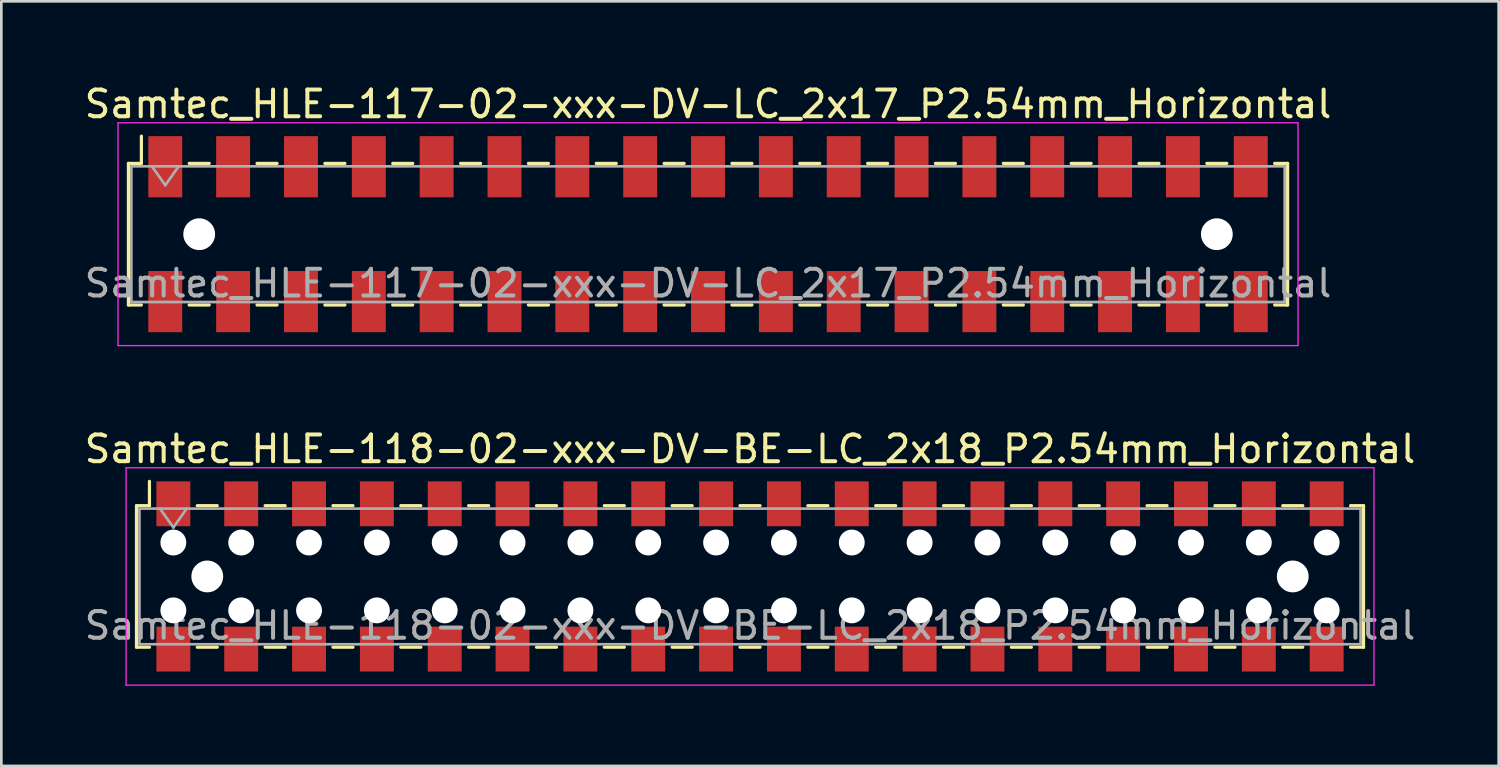
<source format=kicad_pcb>
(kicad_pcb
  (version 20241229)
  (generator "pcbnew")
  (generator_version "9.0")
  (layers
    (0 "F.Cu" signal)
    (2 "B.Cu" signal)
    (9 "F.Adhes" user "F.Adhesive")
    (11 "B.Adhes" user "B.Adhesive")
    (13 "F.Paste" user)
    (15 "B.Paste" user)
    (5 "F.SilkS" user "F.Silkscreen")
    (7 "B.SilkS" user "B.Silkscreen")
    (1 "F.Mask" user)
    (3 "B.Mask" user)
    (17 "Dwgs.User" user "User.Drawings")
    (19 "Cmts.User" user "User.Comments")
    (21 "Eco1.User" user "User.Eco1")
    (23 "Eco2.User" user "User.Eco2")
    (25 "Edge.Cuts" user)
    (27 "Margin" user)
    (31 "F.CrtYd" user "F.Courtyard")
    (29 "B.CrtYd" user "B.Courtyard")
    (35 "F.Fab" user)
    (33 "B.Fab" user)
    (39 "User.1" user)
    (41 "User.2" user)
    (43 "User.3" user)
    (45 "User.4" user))
  (footprint "Samtec_HLE-117-02-xxx-DV-LC_2x17_P2.54mm_Horizontal"
    (layer "F.Cu")
    (at 23.458 5.718)
    (property "Reference" "Samtec_HLE-117-02-xxx-DV-LC_2x17_P2.54mm_Horizontal" (at 0 -4.87 0) (layer "F.SilkS") (effects (font (size 1 1) (thickness 0.15))))
    (attr smd)
    (fp_line (start -21.7 -2.65) (end -21.7 2.65) (stroke (width 0.12) (type solid)) (layer "F.SilkS"))
    (fp_line (start -21.7 2.65) (end -21.215 2.65) (stroke (width 0.12) (type solid)) (layer "F.SilkS"))
    (fp_line (start -21.215 -3.67) (end -21.215 -2.65) (stroke (width 0.12) (type solid)) (layer "F.SilkS"))
    (fp_line (start -21.215 -2.65) (end -21.7 -2.65) (stroke (width 0.12) (type solid)) (layer "F.SilkS"))
    (fp_line (start -19.425 -2.65) (end -18.675 -2.65) (stroke (width 0.12) (type solid)) (layer "F.SilkS"))
    (fp_line (start -19.425 2.65) (end -18.675 2.65) (stroke (width 0.12) (type solid)) (layer "F.SilkS"))
    (fp_line (start -16.885 -2.65) (end -16.135 -2.65) (stroke (width 0.12) (type solid)) (layer "F.SilkS"))
    (fp_line (start -16.885 2.65) (end -16.135 2.65) (stroke (width 0.12) (type solid)) (layer "F.SilkS"))
    (fp_line (start -14.345 -2.65) (end -13.595 -2.65) (stroke (width 0.12) (type solid)) (layer "F.SilkS"))
    (fp_line (start -14.345 2.65) (end -13.595 2.65) (stroke (width 0.12) (type solid)) (layer "F.SilkS"))
    (fp_line (start -11.805 -2.65) (end -11.055 -2.65) (stroke (width 0.12) (type solid)) (layer "F.SilkS"))
    (fp_line (start -11.805 2.65) (end -11.055 2.65) (stroke (width 0.12) (type solid)) (layer "F.SilkS"))
    (fp_line (start -9.265 -2.65) (end -8.515 -2.65) (stroke (width 0.12) (type solid)) (layer "F.SilkS"))
    (fp_line (start -9.265 2.65) (end -8.515 2.65) (stroke (width 0.12) (type solid)) (layer "F.SilkS"))
    (fp_line (start -6.725 -2.65) (end -5.975 -2.65) (stroke (width 0.12) (type solid)) (layer "F.SilkS"))
    (fp_line (start -6.725 2.65) (end -5.975 2.65) (stroke (width 0.12) (type solid)) (layer "F.SilkS"))
    (fp_line (start -4.185 -2.65) (end -3.435 -2.65) (stroke (width 0.12) (type solid)) (layer "F.SilkS"))
    (fp_line (start -4.185 2.65) (end -3.435 2.65) (stroke (width 0.12) (type solid)) (layer "F.SilkS"))
    (fp_line (start -1.645 -2.65) (end -0.895 -2.65) (stroke (width 0.12) (type solid)) (layer "F.SilkS"))
    (fp_line (start -1.645 2.65) (end -0.895 2.65) (stroke (width 0.12) (type solid)) (layer "F.SilkS"))
    (fp_line (start 0.895 -2.65) (end 1.645 -2.65) (stroke (width 0.12) (type solid)) (layer "F.SilkS"))
    (fp_line (start 0.895 2.65) (end 1.645 2.65) (stroke (width 0.12) (type solid)) (layer "F.SilkS"))
    (fp_line (start 3.435 -2.65) (end 4.185 -2.65) (stroke (width 0.12) (type solid)) (layer "F.SilkS"))
    (fp_line (start 3.435 2.65) (end 4.185 2.65) (stroke (width 0.12) (type solid)) (layer "F.SilkS"))
    (fp_line (start 5.975 -2.65) (end 6.725 -2.65) (stroke (width 0.12) (type solid)) (layer "F.SilkS"))
    (fp_line (start 5.975 2.65) (end 6.725 2.65) (stroke (width 0.12) (type solid)) (layer "F.SilkS"))
    (fp_line (start 8.515 -2.65) (end 9.265 -2.65) (stroke (width 0.12) (type solid)) (layer "F.SilkS"))
    (fp_line (start 8.515 2.65) (end 9.265 2.65) (stroke (width 0.12) (type solid)) (layer "F.SilkS"))
    (fp_line (start 11.055 -2.65) (end 11.805 -2.65) (stroke (width 0.12) (type solid)) (layer "F.SilkS"))
    (fp_line (start 11.055 2.65) (end 11.805 2.65) (stroke (width 0.12) (type solid)) (layer "F.SilkS"))
    (fp_line (start 13.595 -2.65) (end 14.345 -2.65) (stroke (width 0.12) (type solid)) (layer "F.SilkS"))
    (fp_line (start 13.595 2.65) (end 14.345 2.65) (stroke (width 0.12) (type solid)) (layer "F.SilkS"))
    (fp_line (start 16.135 -2.65) (end 16.885 -2.65) (stroke (width 0.12) (type solid)) (layer "F.SilkS"))
    (fp_line (start 16.135 2.65) (end 16.885 2.65) (stroke (width 0.12) (type solid)) (layer "F.SilkS"))
    (fp_line (start 18.675 -2.65) (end 19.425 -2.65) (stroke (width 0.12) (type solid)) (layer "F.SilkS"))
    (fp_line (start 18.675 2.65) (end 19.425 2.65) (stroke (width 0.12) (type solid)) (layer "F.SilkS"))
    (fp_line (start 21.215 -2.65) (end 21.7 -2.65) (stroke (width 0.12) (type solid)) (layer "F.SilkS"))
    (fp_line (start 21.7 -2.65) (end 21.7 2.65) (stroke (width 0.12) (type solid)) (layer "F.SilkS"))
    (fp_line (start 21.7 2.65) (end 21.215 2.65) (stroke (width 0.12) (type solid)) (layer "F.SilkS"))
    (fp_line (start -22.09 -4.17) (end 22.09 -4.17) (stroke (width 0.05) (type solid)) (layer "F.CrtYd"))
    (fp_line (start -22.09 4.17) (end -22.09 -4.17) (stroke (width 0.05) (type solid)) (layer "F.CrtYd"))
    (fp_line (start 22.09 -4.17) (end 22.09 4.17) (stroke (width 0.05) (type solid)) (layer "F.CrtYd"))
    (fp_line (start 22.09 4.17) (end -22.09 4.17) (stroke (width 0.05) (type solid)) (layer "F.CrtYd"))
    (fp_line (start -21.59 -2.54) (end 21.59 -2.54) (stroke (width 0.1) (type solid)) (layer "F.Fab"))
    (fp_line (start -21.59 2.54) (end -21.59 -2.54) (stroke (width 0.1) (type solid)) (layer "F.Fab"))
    (fp_line (start -20.82 -2.54) (end -20.32 -1.833) (stroke (width 0.1) (type solid)) (layer "F.Fab"))
    (fp_line (start -20.32 -1.833) (end -19.82 -2.54) (stroke (width 0.1) (type solid)) (layer "F.Fab"))
    (fp_line (start 21.59 -2.54) (end 21.59 2.54) (stroke (width 0.1) (type solid)) (layer "F.Fab"))
    (fp_line (start 21.59 2.54) (end -21.59 2.54) (stroke (width 0.1) (type solid)) (layer "F.Fab"))
    (fp_text user "${REFERENCE}" (at 0 1.84 0) (layer "F.Fab") (effects (font (size 1 1) (thickness 0.15))))
    (pad "" np_thru_hole circle (at -19.05 0) (size 1.19 1.19) (drill 1.19) (layers "*.Cu" "*.Mask"))
    (pad "" np_thru_hole circle (at 19.05 0) (size 1.19 1.19) (drill 1.19) (layers "*.Cu" "*.Mask"))
    (pad "1" smd rect (at -20.32 -2.525) (size 1.27 2.29) (layers "F.Cu" "F.Mask" "F.Paste"))
    (pad "2" smd rect (at -20.32 2.525) (size 1.27 2.29) (layers "F.Cu" "F.Mask" "F.Paste"))
    (pad "3" smd rect (at -17.78 -2.525) (size 1.27 2.29) (layers "F.Cu" "F.Mask" "F.Paste"))
    (pad "4" smd rect (at -17.78 2.525) (size 1.27 2.29) (layers "F.Cu" "F.Mask" "F.Paste"))
    (pad "5" smd rect (at -15.24 -2.525) (size 1.27 2.29) (layers "F.Cu" "F.Mask" "F.Paste"))
    (pad "6" smd rect (at -15.24 2.525) (size 1.27 2.29) (layers "F.Cu" "F.Mask" "F.Paste"))
    (pad "7" smd rect (at -12.7 -2.525) (size 1.27 2.29) (layers "F.Cu" "F.Mask" "F.Paste"))
    (pad "8" smd rect (at -12.7 2.525) (size 1.27 2.29) (layers "F.Cu" "F.Mask" "F.Paste"))
    (pad "9" smd rect (at -10.16 -2.525) (size 1.27 2.29) (layers "F.Cu" "F.Mask" "F.Paste"))
    (pad "10" smd rect (at -10.16 2.525) (size 1.27 2.29) (layers "F.Cu" "F.Mask" "F.Paste"))
    (pad "11" smd rect (at -7.62 -2.525) (size 1.27 2.29) (layers "F.Cu" "F.Mask" "F.Paste"))
    (pad "12" smd rect (at -7.62 2.525) (size 1.27 2.29) (layers "F.Cu" "F.Mask" "F.Paste"))
    (pad "13" smd rect (at -5.08 -2.525) (size 1.27 2.29) (layers "F.Cu" "F.Mask" "F.Paste"))
    (pad "14" smd rect (at -5.08 2.525) (size 1.27 2.29) (layers "F.Cu" "F.Mask" "F.Paste"))
    (pad "15" smd rect (at -2.54 -2.525) (size 1.27 2.29) (layers "F.Cu" "F.Mask" "F.Paste"))
    (pad "16" smd rect (at -2.54 2.525) (size 1.27 2.29) (layers "F.Cu" "F.Mask" "F.Paste"))
    (pad "17" smd rect (at 0 -2.525) (size 1.27 2.29) (layers "F.Cu" "F.Mask" "F.Paste"))
    (pad "18" smd rect (at 0 2.525) (size 1.27 2.29) (layers "F.Cu" "F.Mask" "F.Paste"))
    (pad "19" smd rect (at 2.54 -2.525) (size 1.27 2.29) (layers "F.Cu" "F.Mask" "F.Paste"))
    (pad "20" smd rect (at 2.54 2.525) (size 1.27 2.29) (layers "F.Cu" "F.Mask" "F.Paste"))
    (pad "21" smd rect (at 5.08 -2.525) (size 1.27 2.29) (layers "F.Cu" "F.Mask" "F.Paste"))
    (pad "22" smd rect (at 5.08 2.525) (size 1.27 2.29) (layers "F.Cu" "F.Mask" "F.Paste"))
    (pad "23" smd rect (at 7.62 -2.525) (size 1.27 2.29) (layers "F.Cu" "F.Mask" "F.Paste"))
    (pad "24" smd rect (at 7.62 2.525) (size 1.27 2.29) (layers "F.Cu" "F.Mask" "F.Paste"))
    (pad "25" smd rect (at 10.16 -2.525) (size 1.27 2.29) (layers "F.Cu" "F.Mask" "F.Paste"))
    (pad "26" smd rect (at 10.16 2.525) (size 1.27 2.29) (layers "F.Cu" "F.Mask" "F.Paste"))
    (pad "27" smd rect (at 12.7 -2.525) (size 1.27 2.29) (layers "F.Cu" "F.Mask" "F.Paste"))
    (pad "28" smd rect (at 12.7 2.525) (size 1.27 2.29) (layers "F.Cu" "F.Mask" "F.Paste"))
    (pad "29" smd rect (at 15.24 -2.525) (size 1.27 2.29) (layers "F.Cu" "F.Mask" "F.Paste"))
    (pad "30" smd rect (at 15.24 2.525) (size 1.27 2.29) (layers "F.Cu" "F.Mask" "F.Paste"))
    (pad "31" smd rect (at 17.78 -2.525) (size 1.27 2.29) (layers "F.Cu" "F.Mask" "F.Paste"))
    (pad "32" smd rect (at 17.78 2.525) (size 1.27 2.29) (layers "F.Cu" "F.Mask" "F.Paste"))
    (pad "33" smd rect (at 20.32 -2.525) (size 1.27 2.29) (layers "F.Cu" "F.Mask" "F.Paste"))
    (pad "34" smd rect (at 20.32 2.525) (size 1.27 2.29) (layers "F.Cu" "F.Mask" "F.Paste")))
  (footprint "Samtec_HLE-118-02-xxx-DV-BE-LC_2x18_P2.54mm_Horizontal"
    (layer "F.Cu")
    (at 25.03 18.532)
    (property "Reference" "Samtec_HLE-118-02-xxx-DV-BE-LC_2x18_P2.54mm_Horizontal" (at 0 -4.77 0) (layer "F.SilkS") (effects (font (size 1 1) (thickness 0.15))))
    (attr smd)
    (fp_line (start -22.97 -2.65) (end -22.97 2.65) (stroke (width 0.12) (type solid)) (layer "F.SilkS"))
    (fp_line (start -22.97 2.65) (end -22.485 2.65) (stroke (width 0.12) (type solid)) (layer "F.SilkS"))
    (fp_line (start -22.485 -3.56) (end -22.485 -2.65) (stroke (width 0.12) (type solid)) (layer "F.SilkS"))
    (fp_line (start -22.485 -2.65) (end -22.97 -2.65) (stroke (width 0.12) (type solid)) (layer "F.SilkS"))
    (fp_line (start -20.695 -2.65) (end -19.945 -2.65) (stroke (width 0.12) (type solid)) (layer "F.SilkS"))
    (fp_line (start -20.695 2.65) (end -19.945 2.65) (stroke (width 0.12) (type solid)) (layer "F.SilkS"))
    (fp_line (start -18.155 -2.65) (end -17.405 -2.65) (stroke (width 0.12) (type solid)) (layer "F.SilkS"))
    (fp_line (start -18.155 2.65) (end -17.405 2.65) (stroke (width 0.12) (type solid)) (layer "F.SilkS"))
    (fp_line (start -15.615 -2.65) (end -14.865 -2.65) (stroke (width 0.12) (type solid)) (layer "F.SilkS"))
    (fp_line (start -15.615 2.65) (end -14.865 2.65) (stroke (width 0.12) (type solid)) (layer "F.SilkS"))
    (fp_line (start -13.075 -2.65) (end -12.325 -2.65) (stroke (width 0.12) (type solid)) (layer "F.SilkS"))
    (fp_line (start -13.075 2.65) (end -12.325 2.65) (stroke (width 0.12) (type solid)) (layer "F.SilkS"))
    (fp_line (start -10.535 -2.65) (end -9.785 -2.65) (stroke (width 0.12) (type solid)) (layer "F.SilkS"))
    (fp_line (start -10.535 2.65) (end -9.785 2.65) (stroke (width 0.12) (type solid)) (layer "F.SilkS"))
    (fp_line (start -7.995 -2.65) (end -7.245 -2.65) (stroke (width 0.12) (type solid)) (layer "F.SilkS"))
    (fp_line (start -7.995 2.65) (end -7.245 2.65) (stroke (width 0.12) (type solid)) (layer "F.SilkS"))
    (fp_line (start -5.455 -2.65) (end -4.705 -2.65) (stroke (width 0.12) (type solid)) (layer "F.SilkS"))
    (fp_line (start -5.455 2.65) (end -4.705 2.65) (stroke (width 0.12) (type solid)) (layer "F.SilkS"))
    (fp_line (start -2.915 -2.65) (end -2.165 -2.65) (stroke (width 0.12) (type solid)) (layer "F.SilkS"))
    (fp_line (start -2.915 2.65) (end -2.165 2.65) (stroke (width 0.12) (type solid)) (layer "F.SilkS"))
    (fp_line (start -0.375 -2.65) (end 0.375 -2.65) (stroke (width 0.12) (type solid)) (layer "F.SilkS"))
    (fp_line (start -0.375 2.65) (end 0.375 2.65) (stroke (width 0.12) (type solid)) (layer "F.SilkS"))
    (fp_line (start 2.165 -2.65) (end 2.915 -2.65) (stroke (width 0.12) (type solid)) (layer "F.SilkS"))
    (fp_line (start 2.165 2.65) (end 2.915 2.65) (stroke (width 0.12) (type solid)) (layer "F.SilkS"))
    (fp_line (start 4.705 -2.65) (end 5.455 -2.65) (stroke (width 0.12) (type solid)) (layer "F.SilkS"))
    (fp_line (start 4.705 2.65) (end 5.455 2.65) (stroke (width 0.12) (type solid)) (layer "F.SilkS"))
    (fp_line (start 7.245 -2.65) (end 7.995 -2.65) (stroke (width 0.12) (type solid)) (layer "F.SilkS"))
    (fp_line (start 7.245 2.65) (end 7.995 2.65) (stroke (width 0.12) (type solid)) (layer "F.SilkS"))
    (fp_line (start 9.785 -2.65) (end 10.535 -2.65) (stroke (width 0.12) (type solid)) (layer "F.SilkS"))
    (fp_line (start 9.785 2.65) (end 10.535 2.65) (stroke (width 0.12) (type solid)) (layer "F.SilkS"))
    (fp_line (start 12.325 -2.65) (end 13.075 -2.65) (stroke (width 0.12) (type solid)) (layer "F.SilkS"))
    (fp_line (start 12.325 2.65) (end 13.075 2.65) (stroke (width 0.12) (type solid)) (layer "F.SilkS"))
    (fp_line (start 14.865 -2.65) (end 15.615 -2.65) (stroke (width 0.12) (type solid)) (layer "F.SilkS"))
    (fp_line (start 14.865 2.65) (end 15.615 2.65) (stroke (width 0.12) (type solid)) (layer "F.SilkS"))
    (fp_line (start 17.405 -2.65) (end 18.155 -2.65) (stroke (width 0.12) (type solid)) (layer "F.SilkS"))
    (fp_line (start 17.405 2.65) (end 18.155 2.65) (stroke (width 0.12) (type solid)) (layer "F.SilkS"))
    (fp_line (start 19.945 -2.65) (end 20.695 -2.65) (stroke (width 0.12) (type solid)) (layer "F.SilkS"))
    (fp_line (start 19.945 2.65) (end 20.695 2.65) (stroke (width 0.12) (type solid)) (layer "F.SilkS"))
    (fp_line (start 22.485 -2.65) (end 22.97 -2.65) (stroke (width 0.12) (type solid)) (layer "F.SilkS"))
    (fp_line (start 22.97 -2.65) (end 22.97 2.65) (stroke (width 0.12) (type solid)) (layer "F.SilkS"))
    (fp_line (start 22.97 2.65) (end 22.485 2.65) (stroke (width 0.12) (type solid)) (layer "F.SilkS"))
    (fp_line (start -23.36 -4.07) (end 23.36 -4.07) (stroke (width 0.05) (type solid)) (layer "F.CrtYd"))
    (fp_line (start -23.36 4.07) (end -23.36 -4.07) (stroke (width 0.05) (type solid)) (layer "F.CrtYd"))
    (fp_line (start 23.36 -4.07) (end 23.36 4.07) (stroke (width 0.05) (type solid)) (layer "F.CrtYd"))
    (fp_line (start 23.36 4.07) (end -23.36 4.07) (stroke (width 0.05) (type solid)) (layer "F.CrtYd"))
    (fp_line (start -22.86 -2.54) (end 22.86 -2.54) (stroke (width 0.1) (type solid)) (layer "F.Fab"))
    (fp_line (start -22.86 2.54) (end -22.86 -2.54) (stroke (width 0.1) (type solid)) (layer "F.Fab"))
    (fp_line (start -22.09 -2.54) (end -21.59 -1.833) (stroke (width 0.1) (type solid)) (layer "F.Fab"))
    (fp_line (start -21.59 -1.833) (end -21.09 -2.54) (stroke (width 0.1) (type solid)) (layer "F.Fab"))
    (fp_line (start 22.86 -2.54) (end 22.86 2.54) (stroke (width 0.1) (type solid)) (layer "F.Fab"))
    (fp_line (start 22.86 2.54) (end -22.86 2.54) (stroke (width 0.1) (type solid)) (layer "F.Fab"))
    (fp_text user "${REFERENCE}" (at 0 1.84 0) (layer "F.Fab") (effects (font (size 1 1) (thickness 0.15))))
    (pad "" np_thru_hole circle (at -21.59 -1.27) (size 0.97 0.97) (drill 0.97) (layers "*.Cu" "*.Mask"))
    (pad "" np_thru_hole circle (at -21.59 1.27) (size 0.97 0.97) (drill 0.97) (layers "*.Cu" "*.Mask"))
    (pad "" np_thru_hole circle (at -20.32 0) (size 1.19 1.19) (drill 1.19) (layers "*.Cu" "*.Mask"))
    (pad "" np_thru_hole circle (at -19.05 -1.27) (size 0.97 0.97) (drill 0.97) (layers "*.Cu" "*.Mask"))
    (pad "" np_thru_hole circle (at -19.05 1.27) (size 0.97 0.97) (drill 0.97) (layers "*.Cu" "*.Mask"))
    (pad "" np_thru_hole circle (at -16.51 -1.27) (size 0.97 0.97) (drill 0.97) (layers "*.Cu" "*.Mask"))
    (pad "" np_thru_hole circle (at -16.51 1.27) (size 0.97 0.97) (drill 0.97) (layers "*.Cu" "*.Mask"))
    (pad "" np_thru_hole circle (at -13.97 -1.27) (size 0.97 0.97) (drill 0.97) (layers "*.Cu" "*.Mask"))
    (pad "" np_thru_hole circle (at -13.97 1.27) (size 0.97 0.97) (drill 0.97) (layers "*.Cu" "*.Mask"))
    (pad "" np_thru_hole circle (at -11.43 -1.27) (size 0.97 0.97) (drill 0.97) (layers "*.Cu" "*.Mask"))
    (pad "" np_thru_hole circle (at -11.43 1.27) (size 0.97 0.97) (drill 0.97) (layers "*.Cu" "*.Mask"))
    (pad "" np_thru_hole circle (at -8.89 -1.27) (size 0.97 0.97) (drill 0.97) (layers "*.Cu" "*.Mask"))
    (pad "" np_thru_hole circle (at -8.89 1.27) (size 0.97 0.97) (drill 0.97) (layers "*.Cu" "*.Mask"))
    (pad "" np_thru_hole circle (at -6.35 -1.27) (size 0.97 0.97) (drill 0.97) (layers "*.Cu" "*.Mask"))
    (pad "" np_thru_hole circle (at -6.35 1.27) (size 0.97 0.97) (drill 0.97) (layers "*.Cu" "*.Mask"))
    (pad "" np_thru_hole circle (at -3.81 -1.27) (size 0.97 0.97) (drill 0.97) (layers "*.Cu" "*.Mask"))
    (pad "" np_thru_hole circle (at -3.81 1.27) (size 0.97 0.97) (drill 0.97) (layers "*.Cu" "*.Mask"))
    (pad "" np_thru_hole circle (at -1.27 -1.27) (size 0.97 0.97) (drill 0.97) (layers "*.Cu" "*.Mask"))
    (pad "" np_thru_hole circle (at -1.27 1.27) (size 0.97 0.97) (drill 0.97) (layers "*.Cu" "*.Mask"))
    (pad "" np_thru_hole circle (at 1.27 -1.27) (size 0.97 0.97) (drill 0.97) (layers "*.Cu" "*.Mask"))
    (pad "" np_thru_hole circle (at 1.27 1.27) (size 0.97 0.97) (drill 0.97) (layers "*.Cu" "*.Mask"))
    (pad "" np_thru_hole circle (at 3.81 -1.27) (size 0.97 0.97) (drill 0.97) (layers "*.Cu" "*.Mask"))
    (pad "" np_thru_hole circle (at 3.81 1.27) (size 0.97 0.97) (drill 0.97) (layers "*.Cu" "*.Mask"))
    (pad "" np_thru_hole circle (at 6.35 -1.27) (size 0.97 0.97) (drill 0.97) (layers "*.Cu" "*.Mask"))
    (pad "" np_thru_hole circle (at 6.35 1.27) (size 0.97 0.97) (drill 0.97) (layers "*.Cu" "*.Mask"))
    (pad "" np_thru_hole circle (at 8.89 -1.27) (size 0.97 0.97) (drill 0.97) (layers "*.Cu" "*.Mask"))
    (pad "" np_thru_hole circle (at 8.89 1.27) (size 0.97 0.97) (drill 0.97) (layers "*.Cu" "*.Mask"))
    (pad "" np_thru_hole circle (at 11.43 -1.27) (size 0.97 0.97) (drill 0.97) (layers "*.Cu" "*.Mask"))
    (pad "" np_thru_hole circle (at 11.43 1.27) (size 0.97 0.97) (drill 0.97) (layers "*.Cu" "*.Mask"))
    (pad "" np_thru_hole circle (at 13.97 -1.27) (size 0.97 0.97) (drill 0.97) (layers "*.Cu" "*.Mask"))
    (pad "" np_thru_hole circle (at 13.97 1.27) (size 0.97 0.97) (drill 0.97) (layers "*.Cu" "*.Mask"))
    (pad "" np_thru_hole circle (at 16.51 -1.27) (size 0.97 0.97) (drill 0.97) (layers "*.Cu" "*.Mask"))
    (pad "" np_thru_hole circle (at 16.51 1.27) (size 0.97 0.97) (drill 0.97) (layers "*.Cu" "*.Mask"))
    (pad "" np_thru_hole circle (at 19.05 -1.27) (size 0.97 0.97) (drill 0.97) (layers "*.Cu" "*.Mask"))
    (pad "" np_thru_hole circle (at 19.05 1.27) (size 0.97 0.97) (drill 0.97) (layers "*.Cu" "*.Mask"))
    (pad "" np_thru_hole circle (at 20.32 0) (size 1.19 1.19) (drill 1.19) (layers "*.Cu" "*.Mask"))
    (pad "" np_thru_hole circle (at 21.59 -1.27) (size 0.97 0.97) (drill 0.97) (layers "*.Cu" "*.Mask"))
    (pad "" np_thru_hole circle (at 21.59 1.27) (size 0.97 0.97) (drill 0.97) (layers "*.Cu" "*.Mask"))
    (pad "1" smd rect (at -21.59 -2.72) (size 1.27 1.68) (layers "F.Cu" "F.Mask" "F.Paste"))
    (pad "2" smd rect (at -21.59 2.72) (size 1.27 1.68) (layers "F.Cu" "F.Mask" "F.Paste"))
    (pad "3" smd rect (at -19.05 -2.72) (size 1.27 1.68) (layers "F.Cu" "F.Mask" "F.Paste"))
    (pad "4" smd rect (at -19.05 2.72) (size 1.27 1.68) (layers "F.Cu" "F.Mask" "F.Paste"))
    (pad "5" smd rect (at -16.51 -2.72) (size 1.27 1.68) (layers "F.Cu" "F.Mask" "F.Paste"))
    (pad "6" smd rect (at -16.51 2.72) (size 1.27 1.68) (layers "F.Cu" "F.Mask" "F.Paste"))
    (pad "7" smd rect (at -13.97 -2.72) (size 1.27 1.68) (layers "F.Cu" "F.Mask" "F.Paste"))
    (pad "8" smd rect (at -13.97 2.72) (size 1.27 1.68) (layers "F.Cu" "F.Mask" "F.Paste"))
    (pad "9" smd rect (at -11.43 -2.72) (size 1.27 1.68) (layers "F.Cu" "F.Mask" "F.Paste"))
    (pad "10" smd rect (at -11.43 2.72) (size 1.27 1.68) (layers "F.Cu" "F.Mask" "F.Paste"))
    (pad "11" smd rect (at -8.89 -2.72) (size 1.27 1.68) (layers "F.Cu" "F.Mask" "F.Paste"))
    (pad "12" smd rect (at -8.89 2.72) (size 1.27 1.68) (layers "F.Cu" "F.Mask" "F.Paste"))
    (pad "13" smd rect (at -6.35 -2.72) (size 1.27 1.68) (layers "F.Cu" "F.Mask" "F.Paste"))
    (pad "14" smd rect (at -6.35 2.72) (size 1.27 1.68) (layers "F.Cu" "F.Mask" "F.Paste"))
    (pad "15" smd rect (at -3.81 -2.72) (size 1.27 1.68) (layers "F.Cu" "F.Mask" "F.Paste"))
    (pad "16" smd rect (at -3.81 2.72) (size 1.27 1.68) (layers "F.Cu" "F.Mask" "F.Paste"))
    (pad "17" smd rect (at -1.27 -2.72) (size 1.27 1.68) (layers "F.Cu" "F.Mask" "F.Paste"))
    (pad "18" smd rect (at -1.27 2.72) (size 1.27 1.68) (layers "F.Cu" "F.Mask" "F.Paste"))
    (pad "19" smd rect (at 1.27 -2.72) (size 1.27 1.68) (layers "F.Cu" "F.Mask" "F.Paste"))
    (pad "20" smd rect (at 1.27 2.72) (size 1.27 1.68) (layers "F.Cu" "F.Mask" "F.Paste"))
    (pad "21" smd rect (at 3.81 -2.72) (size 1.27 1.68) (layers "F.Cu" "F.Mask" "F.Paste"))
    (pad "22" smd rect (at 3.81 2.72) (size 1.27 1.68) (layers "F.Cu" "F.Mask" "F.Paste"))
    (pad "23" smd rect (at 6.35 -2.72) (size 1.27 1.68) (layers "F.Cu" "F.Mask" "F.Paste"))
    (pad "24" smd rect (at 6.35 2.72) (size 1.27 1.68) (layers "F.Cu" "F.Mask" "F.Paste"))
    (pad "25" smd rect (at 8.89 -2.72) (size 1.27 1.68) (layers "F.Cu" "F.Mask" "F.Paste"))
    (pad "26" smd rect (at 8.89 2.72) (size 1.27 1.68) (layers "F.Cu" "F.Mask" "F.Paste"))
    (pad "27" smd rect (at 11.43 -2.72) (size 1.27 1.68) (layers "F.Cu" "F.Mask" "F.Paste"))
    (pad "28" smd rect (at 11.43 2.72) (size 1.27 1.68) (layers "F.Cu" "F.Mask" "F.Paste"))
    (pad "29" smd rect (at 13.97 -2.72) (size 1.27 1.68) (layers "F.Cu" "F.Mask" "F.Paste"))
    (pad "30" smd rect (at 13.97 2.72) (size 1.27 1.68) (layers "F.Cu" "F.Mask" "F.Paste"))
    (pad "31" smd rect (at 16.51 -2.72) (size 1.27 1.68) (layers "F.Cu" "F.Mask" "F.Paste"))
    (pad "32" smd rect (at 16.51 2.72) (size 1.27 1.68) (layers "F.Cu" "F.Mask" "F.Paste"))
    (pad "33" smd rect (at 19.05 -2.72) (size 1.27 1.68) (layers "F.Cu" "F.Mask" "F.Paste"))
    (pad "34" smd rect (at 19.05 2.72) (size 1.27 1.68) (layers "F.Cu" "F.Mask" "F.Paste"))
    (pad "35" smd rect (at 21.59 -2.72) (size 1.27 1.68) (layers "F.Cu" "F.Mask" "F.Paste"))
    (pad "36" smd rect (at 21.59 2.72) (size 1.27 1.68) (layers "F.Cu" "F.Mask" "F.Paste")))
  (gr_rect
    (start -3 -3)
    (end 53.06 25.627)
    (stroke (width 0.1) (type default))
    (fill no)
    (layer "Edge.Cuts")))
</source>
